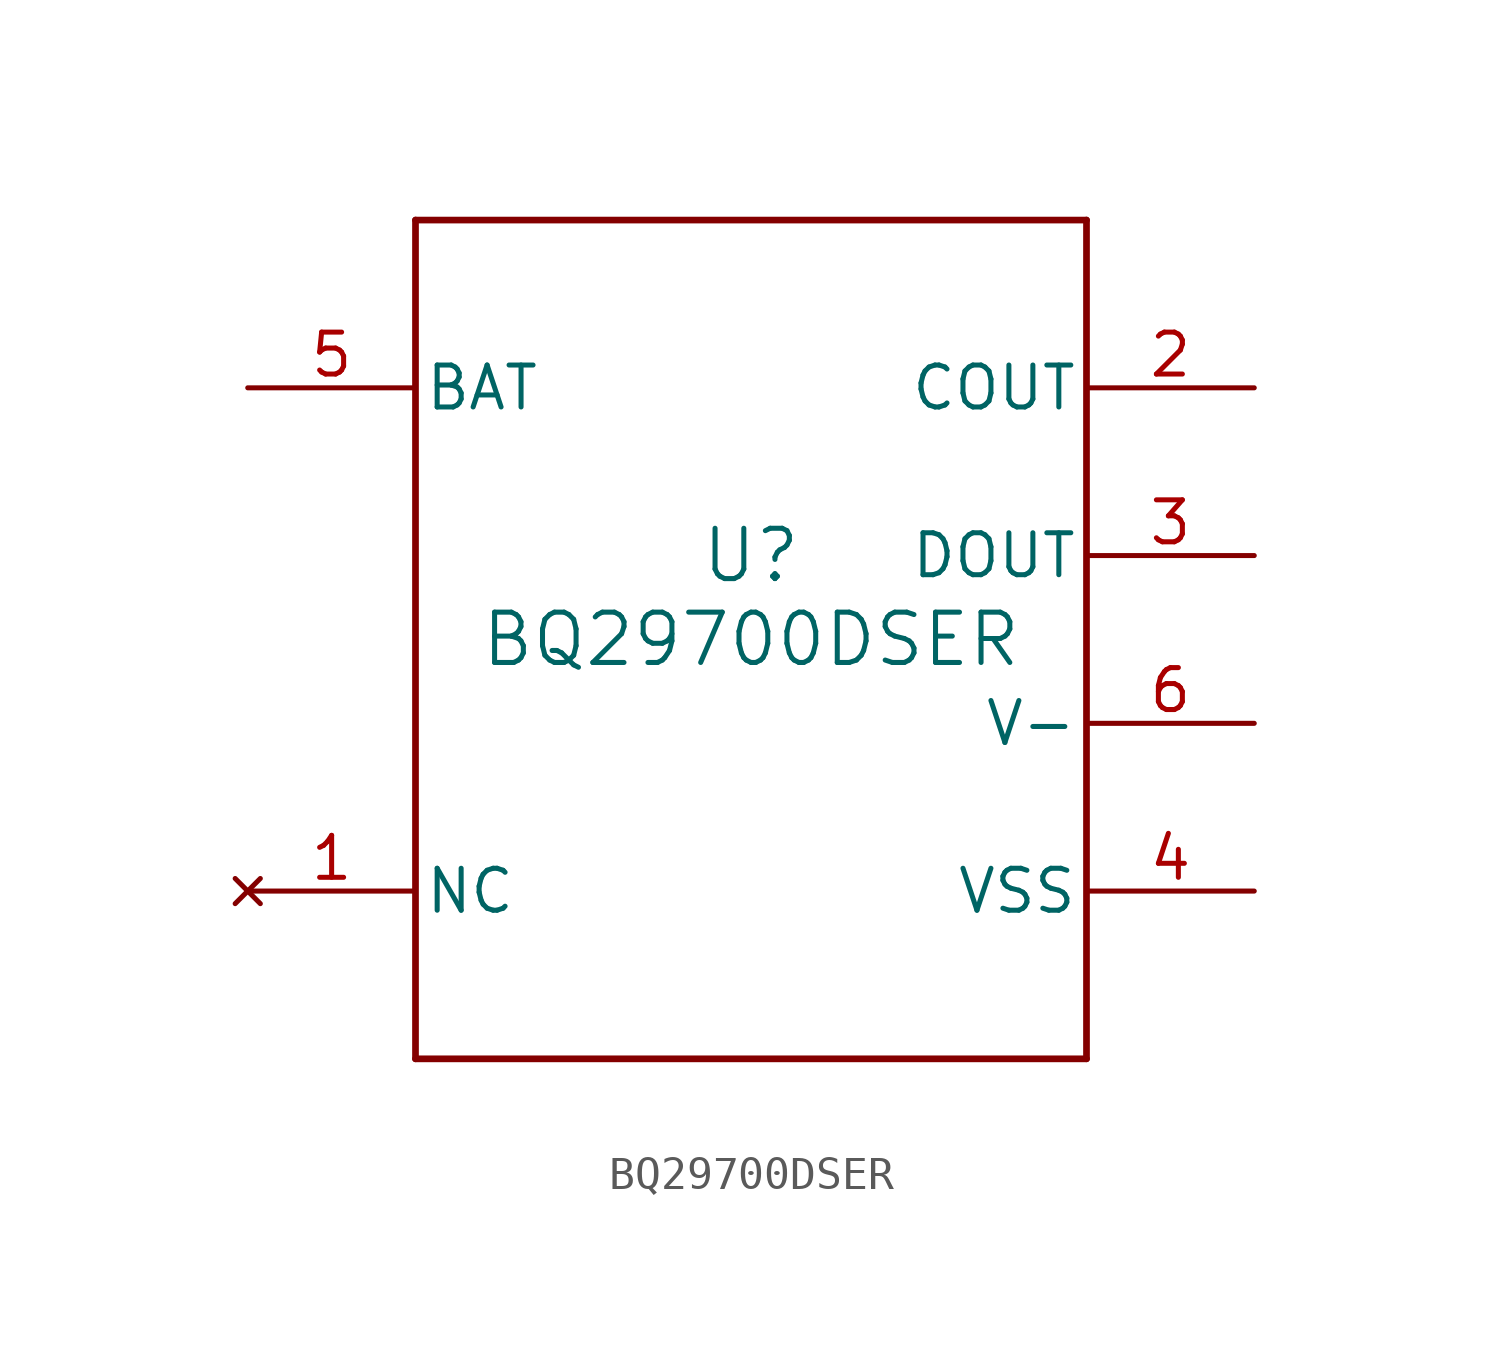
<source format=kicad_sym>
(kicad_symbol_lib
  (version 20220914)
  (generator kicad_symbol_editor)
  (symbol "BQ29700DSER"
    (pin_names
      (offset 0.254))
    (property "Reference" "U"
      (at 0 2.54 0)
      (effects (font (size 1.524 1.524))))
    (property "Value" "BQ29700DSER"
      (at 0 0 0)
      (effects (font (size 1.524 1.524))))
    (property "ki_locked" ""
      (at 0 0 0)
      (effects (font (size 1.27 1.27))))
    (symbol "BQ29700DSER_0_1"
      (polyline (pts (xy -10.16 -12.7) (xy 10.16 -12.7)) (stroke (width 0.203) (type default)) (fill (type none)))
      (polyline (pts (xy -10.16 12.7) (xy -10.16 -12.7)) (stroke (width 0.203) (type default)) (fill (type none)))
      (polyline (pts (xy 10.16 -12.7) (xy 10.16 12.7)) (stroke (width 0.203) (type default)) (fill (type none)))
      (polyline (pts (xy 10.16 12.7) (xy -10.16 12.7)) (stroke (width 0.203) (type default)) (fill (type none)))
      (pin output line (at 15.24 7.62 180) (length 5.08) (name "COUT" (effects (font (size 1.27 1.27)))) (number "2" (effects (font (size 1.27 1.27)))))
      (pin output line (at 15.24 2.54 180) (length 5.08) (name "DOUT" (effects (font (size 1.27 1.27)))) (number "3" (effects (font (size 1.27 1.27)))))
      (pin power_in line (at 15.24 -7.62 180) (length 5.08) (name "VSS" (effects (font (size 1.27 1.27)))) (number "4" (effects (font (size 1.27 1.27)))))
      (pin power_in line (at -15.24 7.62 0) (length 5.08) (name "BAT" (effects (font (size 1.27 1.27)))) (number "5" (effects (font (size 1.27 1.27)))))
      (pin bidirectional line (at 15.24 -2.54 180) (length 5.08) (name "V-" (effects (font (size 1.27 1.27)))) (number "6" (effects (font (size 1.27 1.27))))))
    (symbol "BQ29700DSER_1_1"
      (pin no_connect line (at -15.24 -7.62 0) (length 5.08) (name "NC" (effects (font (size 1.27 1.27)))) (number "1" (effects (font (size 1.27 1.27))))))))
</source>
